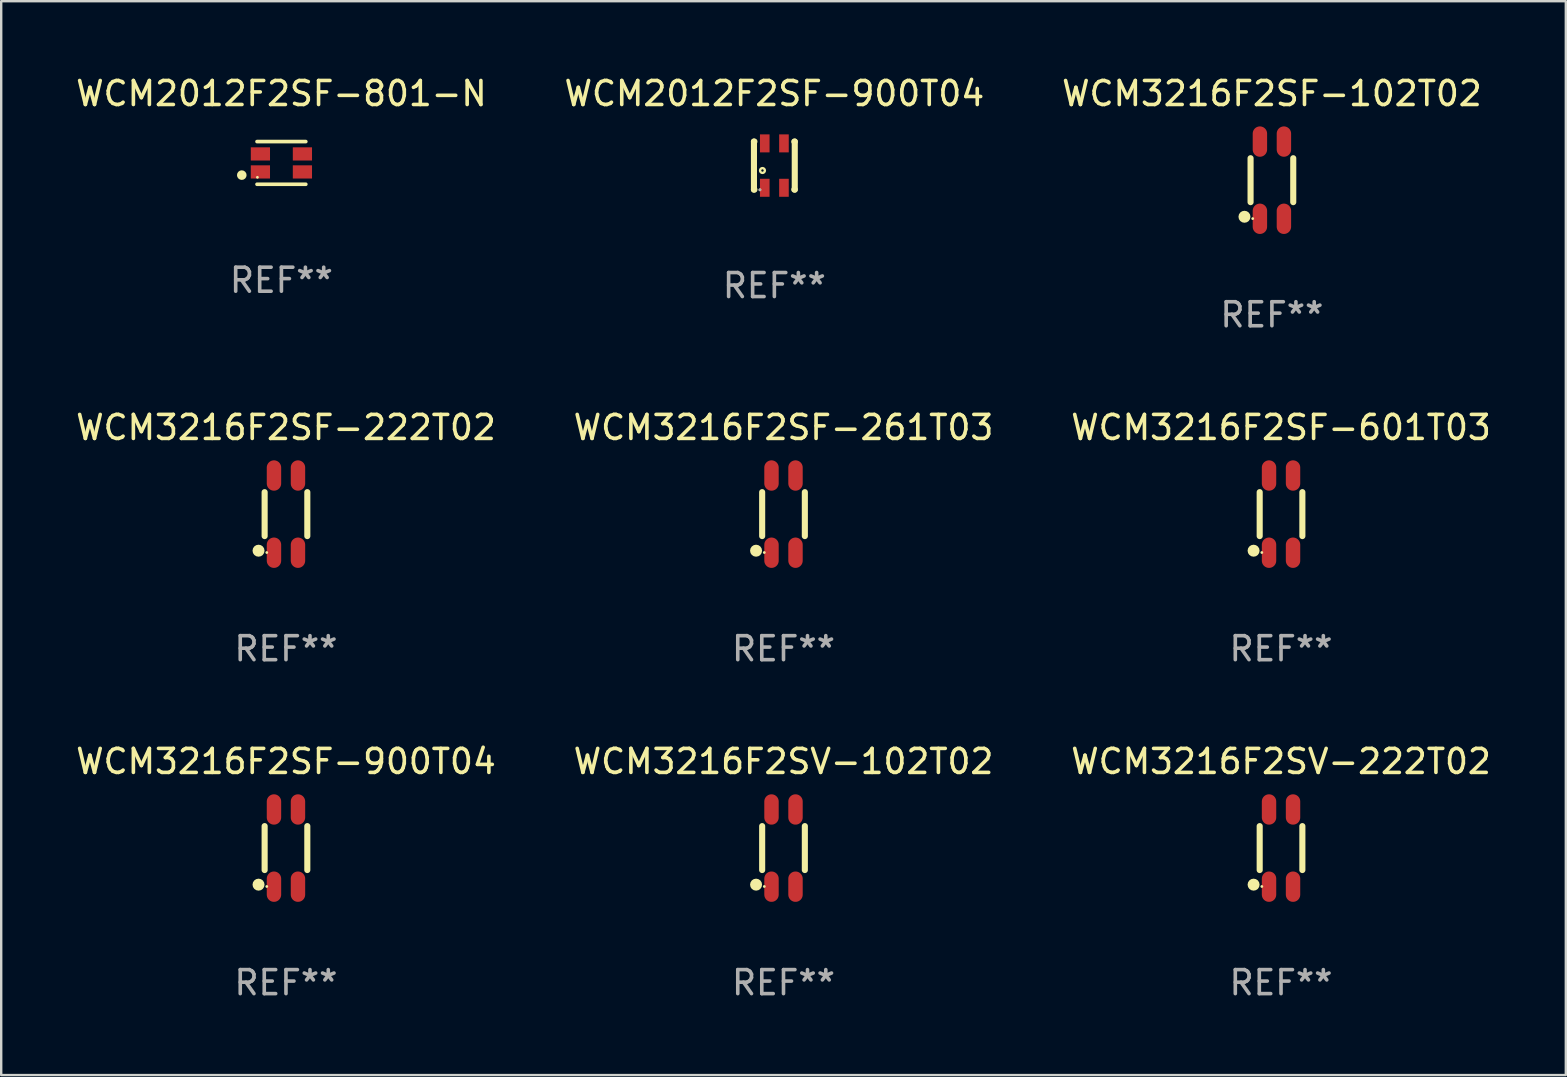
<source format=kicad_pcb>
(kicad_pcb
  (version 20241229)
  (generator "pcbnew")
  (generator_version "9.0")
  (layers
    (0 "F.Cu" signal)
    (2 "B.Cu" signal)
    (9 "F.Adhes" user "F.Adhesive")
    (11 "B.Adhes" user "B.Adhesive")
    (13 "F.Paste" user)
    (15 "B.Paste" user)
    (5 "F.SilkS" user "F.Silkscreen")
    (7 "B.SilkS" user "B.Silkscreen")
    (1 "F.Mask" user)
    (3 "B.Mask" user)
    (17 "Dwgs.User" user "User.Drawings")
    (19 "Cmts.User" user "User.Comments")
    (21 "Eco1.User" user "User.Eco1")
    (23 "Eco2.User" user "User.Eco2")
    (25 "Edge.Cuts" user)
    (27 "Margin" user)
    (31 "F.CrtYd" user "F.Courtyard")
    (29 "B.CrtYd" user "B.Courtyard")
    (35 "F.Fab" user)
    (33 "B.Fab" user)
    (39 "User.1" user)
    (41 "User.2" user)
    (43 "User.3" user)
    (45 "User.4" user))
  (footprint "WCM3216F2SF-601T03"
    (layer "F.Cu")
    (at 50.315 18.367)
    (property "Reference" "WCM3216F2SF-601T03" (at 0 -3.608 0) (layer "F.SilkS") (effects (font (size 1 1) (thickness 0.15))))
    (attr through_hole)
    (fp_line (start -0.889 -0.915) (end -0.889 0.915) (stroke (width 0.254) (type solid)) (layer "F.SilkS"))
    (fp_line (start 0.889 -0.915) (end 0.889 0.915) (stroke (width 0.254) (type solid)) (layer "F.SilkS"))
    (fp_circle (center -1.143 1.524) (end -1.018 1.524) (stroke (width 0.25) (type solid)) (fill no) (layer "F.SilkS"))
    (fp_circle (center -0.8 1.6) (end -0.77 1.6) (stroke (width 0.06) (type solid)) (fill no) (layer "F.SilkS"))
    (fp_text user "REF**" (at 0 5.608 0) (layer "F.Fab") (effects (font (size 1 1) (thickness 0.15))))
    (pad "1" smd oval (at -0.5 1.608) (size 0.6 1.265) (layers "F.Cu" "F.Mask" "F.Paste"))
    (pad "2" smd oval (at 0.5 1.608) (size 0.6 1.265) (layers "F.Cu" "F.Mask" "F.Paste"))
    (pad "3" smd oval (at 0.5 -1.608) (size 0.6 1.265) (layers "F.Cu" "F.Mask" "F.Paste"))
    (pad "4" smd oval (at -0.5 -1.608) (size 0.6 1.265) (layers "F.Cu" "F.Mask" "F.Paste")))
  (footprint "WCM2012F2SF-900T04"
    (layer "F.Cu")
    (at 29.208 3.848)
    (property "Reference" "WCM2012F2SF-900T04" (at 0 -3 0) (layer "F.SilkS") (effects (font (size 1 1) (thickness 0.15))))
    (attr through_hole)
    (fp_line (start -0.85 -1) (end -0.831 -1) (stroke (width 0.254) (type solid)) (layer "F.SilkS"))
    (fp_line (start -0.85 1) (end -0.85 -1) (stroke (width 0.254) (type solid)) (layer "F.SilkS"))
    (fp_line (start -0.85 1) (end -0.831 1) (stroke (width 0.254) (type solid)) (layer "F.SilkS"))
    (fp_line (start 0.831 -1) (end 0.85 -1) (stroke (width 0.254) (type solid)) (layer "F.SilkS"))
    (fp_line (start 0.831 1) (end 0.85 1) (stroke (width 0.254) (type solid)) (layer "F.SilkS"))
    (fp_line (start 0.85 1) (end 0.85 -1) (stroke (width 0.254) (type solid)) (layer "F.SilkS"))
    (fp_circle (center -0.6 1.01) (end -0.57 1.01) (stroke (width 0.06) (type solid)) (fill no) (layer "F.SilkS"))
    (fp_circle (center -0.495 0.205) (end -0.395 0.205) (stroke (width 0.1) (type solid)) (fill no) (layer "F.SilkS"))
    (fp_circle (center -0.6 1.01) (end -0.57 1.01) (stroke (width 0.06) (type solid)) (fill no) (layer "F.Fab"))
    (fp_text user "REF**" (at 0 5 0) (layer "F.Fab") (effects (font (size 1 1) (thickness 0.15))))
    (pad "1" smd rect (at -0.4 0.925 90) (size 0.75 0.4) (layers "F.Cu" "F.Mask" "F.Paste"))
    (pad "2" smd rect (at -0.4 -0.925 90) (size 0.75 0.4) (layers "F.Cu" "F.Mask" "F.Paste"))
    (pad "3" smd rect (at 0.4 -0.925 90) (size 0.75 0.4) (layers "F.Cu" "F.Mask" "F.Paste"))
    (pad "4" smd rect (at 0.4 0.925 90) (size 0.75 0.4) (layers "F.Cu" "F.Mask" "F.Paste")))
  (footprint "WCM3216F2SF-102T02"
    (layer "F.Cu")
    (at 49.935 4.456)
    (property "Reference" "WCM3216F2SF-102T02" (at 0 -3.608 0) (layer "F.SilkS") (effects (font (size 1 1) (thickness 0.15))))
    (attr through_hole)
    (fp_line (start -0.889 -0.915) (end -0.889 0.915) (stroke (width 0.254) (type solid)) (layer "F.SilkS"))
    (fp_line (start 0.889 -0.915) (end 0.889 0.915) (stroke (width 0.254) (type solid)) (layer "F.SilkS"))
    (fp_circle (center -1.143 1.524) (end -1.018 1.524) (stroke (width 0.25) (type solid)) (fill no) (layer "F.SilkS"))
    (fp_circle (center -0.8 1.6) (end -0.77 1.6) (stroke (width 0.06) (type solid)) (fill no) (layer "F.SilkS"))
    (fp_text user "REF**" (at 0 5.608 0) (layer "F.Fab") (effects (font (size 1 1) (thickness 0.15))))
    (pad "1" smd oval (at -0.5 1.608) (size 0.6 1.265) (layers "F.Cu" "F.Mask" "F.Paste"))
    (pad "2" smd oval (at 0.5 1.608) (size 0.6 1.265) (layers "F.Cu" "F.Mask" "F.Paste"))
    (pad "3" smd oval (at 0.5 -1.608) (size 0.6 1.265) (layers "F.Cu" "F.Mask" "F.Paste"))
    (pad "4" smd oval (at -0.5 -1.608) (size 0.6 1.265) (layers "F.Cu" "F.Mask" "F.Paste")))
  (footprint "WCM3216F2SV-102T02"
    (layer "F.Cu")
    (at 29.589 32.279)
    (property "Reference" "WCM3216F2SV-102T02" (at 0 -3.608 0) (layer "F.SilkS") (effects (font (size 1 1) (thickness 0.15))))
    (attr through_hole)
    (fp_line (start -0.889 -0.915) (end -0.889 0.915) (stroke (width 0.254) (type solid)) (layer "F.SilkS"))
    (fp_line (start 0.889 -0.915) (end 0.889 0.915) (stroke (width 0.254) (type solid)) (layer "F.SilkS"))
    (fp_circle (center -1.143 1.524) (end -1.018 1.524) (stroke (width 0.25) (type solid)) (fill no) (layer "F.SilkS"))
    (fp_circle (center -0.8 1.6) (end -0.77 1.6) (stroke (width 0.06) (type solid)) (fill no) (layer "F.SilkS"))
    (fp_text user "REF**" (at 0 5.608 0) (layer "F.Fab") (effects (font (size 1 1) (thickness 0.15))))
    (pad "1" smd oval (at -0.5 1.608) (size 0.6 1.265) (layers "F.Cu" "F.Mask" "F.Paste"))
    (pad "2" smd oval (at 0.5 1.608) (size 0.6 1.265) (layers "F.Cu" "F.Mask" "F.Paste"))
    (pad "3" smd oval (at 0.5 -1.608) (size 0.6 1.265) (layers "F.Cu" "F.Mask" "F.Paste"))
    (pad "4" smd oval (at -0.5 -1.608) (size 0.6 1.265) (layers "F.Cu" "F.Mask" "F.Paste")))
  (footprint "WCM3216F2SV-222T02"
    (layer "F.Cu")
    (at 50.315 32.279)
    (property "Reference" "WCM3216F2SV-222T02" (at 0 -3.608 0) (layer "F.SilkS") (effects (font (size 1 1) (thickness 0.15))))
    (attr through_hole)
    (fp_line (start -0.889 -0.915) (end -0.889 0.915) (stroke (width 0.254) (type solid)) (layer "F.SilkS"))
    (fp_line (start 0.889 -0.915) (end 0.889 0.915) (stroke (width 0.254) (type solid)) (layer "F.SilkS"))
    (fp_circle (center -1.143 1.524) (end -1.018 1.524) (stroke (width 0.25) (type solid)) (fill no) (layer "F.SilkS"))
    (fp_circle (center -0.8 1.6) (end -0.77 1.6) (stroke (width 0.06) (type solid)) (fill no) (layer "F.SilkS"))
    (fp_text user "REF**" (at 0 5.608 0) (layer "F.Fab") (effects (font (size 1 1) (thickness 0.15))))
    (pad "1" smd oval (at -0.5 1.608) (size 0.6 1.265) (layers "F.Cu" "F.Mask" "F.Paste"))
    (pad "2" smd oval (at 0.5 1.608) (size 0.6 1.265) (layers "F.Cu" "F.Mask" "F.Paste"))
    (pad "3" smd oval (at 0.5 -1.608) (size 0.6 1.265) (layers "F.Cu" "F.Mask" "F.Paste"))
    (pad "4" smd oval (at -0.5 -1.608) (size 0.6 1.265) (layers "F.Cu" "F.Mask" "F.Paste")))
  (footprint "WCM3216F2SF-261T03"
    (layer "F.Cu")
    (at 29.589 18.367)
    (property "Reference" "WCM3216F2SF-261T03" (at 0 -3.608 0) (layer "F.SilkS") (effects (font (size 1 1) (thickness 0.15))))
    (attr through_hole)
    (fp_line (start -0.889 -0.915) (end -0.889 0.915) (stroke (width 0.254) (type solid)) (layer "F.SilkS"))
    (fp_line (start 0.889 -0.915) (end 0.889 0.915) (stroke (width 0.254) (type solid)) (layer "F.SilkS"))
    (fp_circle (center -1.143 1.524) (end -1.018 1.524) (stroke (width 0.25) (type solid)) (fill no) (layer "F.SilkS"))
    (fp_circle (center -0.8 1.6) (end -0.77 1.6) (stroke (width 0.06) (type solid)) (fill no) (layer "F.SilkS"))
    (fp_text user "REF**" (at 0 5.608 0) (layer "F.Fab") (effects (font (size 1 1) (thickness 0.15))))
    (pad "1" smd oval (at -0.5 1.608) (size 0.6 1.265) (layers "F.Cu" "F.Mask" "F.Paste"))
    (pad "2" smd oval (at 0.5 1.608) (size 0.6 1.265) (layers "F.Cu" "F.Mask" "F.Paste"))
    (pad "3" smd oval (at 0.5 -1.608) (size 0.6 1.265) (layers "F.Cu" "F.Mask" "F.Paste"))
    (pad "4" smd oval (at -0.5 -1.608) (size 0.6 1.265) (layers "F.Cu" "F.Mask" "F.Paste")))
  (footprint "WCM3216F2SF-900T04"
    (layer "F.Cu")
    (at 8.863 32.279)
    (property "Reference" "WCM3216F2SF-900T04" (at 0 -3.608 0) (layer "F.SilkS") (effects (font (size 1 1) (thickness 0.15))))
    (attr through_hole)
    (fp_line (start -0.889 -0.915) (end -0.889 0.915) (stroke (width 0.254) (type solid)) (layer "F.SilkS"))
    (fp_line (start 0.889 -0.915) (end 0.889 0.915) (stroke (width 0.254) (type solid)) (layer "F.SilkS"))
    (fp_circle (center -1.143 1.524) (end -1.018 1.524) (stroke (width 0.25) (type solid)) (fill no) (layer "F.SilkS"))
    (fp_circle (center -0.8 1.6) (end -0.77 1.6) (stroke (width 0.06) (type solid)) (fill no) (layer "F.SilkS"))
    (fp_text user "REF**" (at 0 5.608 0) (layer "F.Fab") (effects (font (size 1 1) (thickness 0.15))))
    (pad "1" smd oval (at -0.5 1.608) (size 0.6 1.265) (layers "F.Cu" "F.Mask" "F.Paste"))
    (pad "2" smd oval (at 0.5 1.608) (size 0.6 1.265) (layers "F.Cu" "F.Mask" "F.Paste"))
    (pad "3" smd oval (at 0.5 -1.608) (size 0.6 1.265) (layers "F.Cu" "F.Mask" "F.Paste"))
    (pad "4" smd oval (at -0.5 -1.608) (size 0.6 1.265) (layers "F.Cu" "F.Mask" "F.Paste")))
  (footprint "WCM2012F2SF-801-N"
    (layer "F.Cu")
    (at 8.673 3.737)
    (property "Reference" "WCM2012F2SF-801-N" (at 0 -2.889 0) (layer "F.SilkS") (effects (font (size 1 1) (thickness 0.15))))
    (attr through_hole)
    (fp_line (start -1.016 0.889) (end 1.016 0.889) (stroke (width 0.152) (type solid)) (layer "F.SilkS"))
    (fp_line (start -1.016 -0.889) (end 1.016 -0.889) (stroke (width 0.152) (type solid)) (layer "F.SilkS"))
    (fp_circle (center -1.651 0.508) (end -1.551 0.508) (stroke (width 0.2) (type solid)) (fill no) (layer "F.SilkS"))
    (fp_circle (center -1 0.6) (end -0.97 0.6) (stroke (width 0.06) (type solid)) (fill no) (layer "F.SilkS"))
    (fp_text user "REF**" (at 0 4.889 0) (layer "F.Fab") (effects (font (size 1 1) (thickness 0.15))))
    (pad "1" smd rect (at -0.875 0.375 270) (size 0.55 0.8) (layers "F.Cu" "F.Mask" "F.Paste"))
    (pad "2" smd rect (at 0.875 0.375 270) (size 0.55 0.8) (layers "F.Cu" "F.Mask" "F.Paste"))
    (pad "3" smd rect (at 0.875 -0.375 270) (size 0.55 0.8) (layers "F.Cu" "F.Mask" "F.Paste"))
    (pad "4" smd rect (at -0.875 -0.375 270) (size 0.55 0.8) (layers "F.Cu" "F.Mask" "F.Paste")))
  (footprint "WCM3216F2SF-222T02"
    (layer "F.Cu")
    (at 8.863 18.367)
    (property "Reference" "WCM3216F2SF-222T02" (at 0 -3.608 0) (layer "F.SilkS") (effects (font (size 1 1) (thickness 0.15))))
    (attr through_hole)
    (fp_line (start -0.889 -0.915) (end -0.889 0.915) (stroke (width 0.254) (type solid)) (layer "F.SilkS"))
    (fp_line (start 0.889 -0.915) (end 0.889 0.915) (stroke (width 0.254) (type solid)) (layer "F.SilkS"))
    (fp_circle (center -1.143 1.524) (end -1.018 1.524) (stroke (width 0.25) (type solid)) (fill no) (layer "F.SilkS"))
    (fp_circle (center -0.8 1.6) (end -0.77 1.6) (stroke (width 0.06) (type solid)) (fill no) (layer "F.SilkS"))
    (fp_text user "REF**" (at 0 5.608 0) (layer "F.Fab") (effects (font (size 1 1) (thickness 0.15))))
    (pad "1" smd oval (at -0.5 1.608) (size 0.6 1.265) (layers "F.Cu" "F.Mask" "F.Paste"))
    (pad "2" smd oval (at 0.5 1.608) (size 0.6 1.265) (layers "F.Cu" "F.Mask" "F.Paste"))
    (pad "3" smd oval (at 0.5 -1.608) (size 0.6 1.265) (layers "F.Cu" "F.Mask" "F.Paste"))
    (pad "4" smd oval (at -0.5 -1.608) (size 0.6 1.265) (layers "F.Cu" "F.Mask" "F.Paste")))
  (gr_rect
    (start -3 -3)
    (end 62.179 41.735)
    (stroke (width 0.1) (type default))
    (fill no)
    (layer "Edge.Cuts")))
</source>
